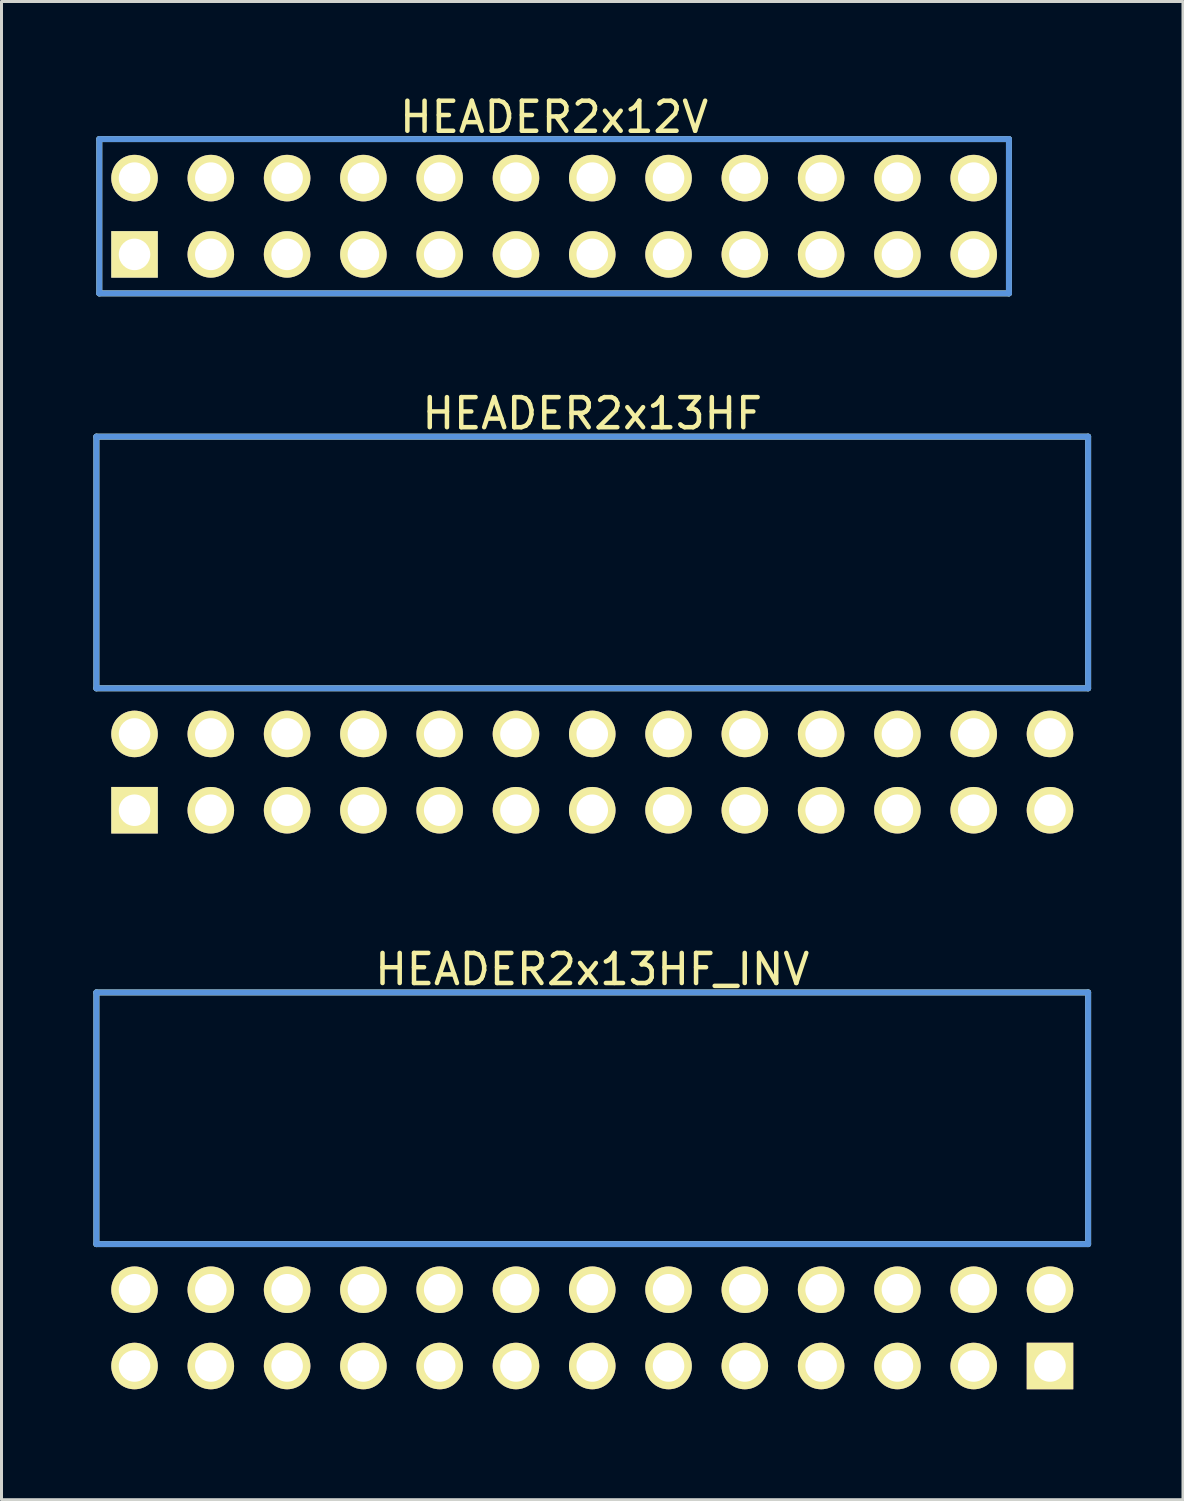
<source format=kicad_pcb>
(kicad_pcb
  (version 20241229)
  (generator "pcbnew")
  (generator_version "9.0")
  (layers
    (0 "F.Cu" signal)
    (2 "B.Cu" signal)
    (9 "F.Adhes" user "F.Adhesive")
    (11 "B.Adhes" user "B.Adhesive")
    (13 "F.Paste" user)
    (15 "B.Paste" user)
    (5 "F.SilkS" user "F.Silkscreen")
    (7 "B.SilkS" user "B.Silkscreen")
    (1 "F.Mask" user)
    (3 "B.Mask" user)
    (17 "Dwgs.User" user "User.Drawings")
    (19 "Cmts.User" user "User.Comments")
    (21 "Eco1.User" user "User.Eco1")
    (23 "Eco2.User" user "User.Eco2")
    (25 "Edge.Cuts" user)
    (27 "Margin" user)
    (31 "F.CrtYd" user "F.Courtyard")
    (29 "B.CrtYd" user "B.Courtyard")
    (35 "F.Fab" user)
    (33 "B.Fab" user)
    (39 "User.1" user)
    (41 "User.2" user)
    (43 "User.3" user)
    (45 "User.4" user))
  (footprint "HEADER2x13HF"
    (layer "F.Cu")
    (at 1.429 23.926)
    (property "Reference" "HEADER2x13HF" (at 15.24 -13.208 0) (layer "F.SilkS") (effects (font (size 1.001 1.001) (thickness 0.15))))
    (attr through_hole)
    (fp_line (start -1.27 -12.438) (end -1.27 -4.059) (stroke (width 0.198) (type solid)) (layer "F.SilkS"))
    (fp_line (start -1.27 -4.059) (end 31.75 -4.059) (stroke (width 0.198) (type solid)) (layer "F.SilkS"))
    (fp_line (start 31.75 -12.438) (end -1.27 -12.438) (stroke (width 0.198) (type solid)) (layer "F.SilkS"))
    (fp_line (start 31.75 -4.059) (end 31.75 -12.438) (stroke (width 0.198) (type solid)) (layer "F.SilkS"))
    (fp_line (start -1.27 -12.438) (end -1.27 -4.059) (stroke (width 0.198) (type solid)) (layer "Cmts.User"))
    (fp_line (start -1.27 -4.059) (end 31.75 -4.059) (stroke (width 0.198) (type solid)) (layer "Cmts.User"))
    (fp_line (start 31.75 -12.438) (end -1.27 -12.438) (stroke (width 0.198) (type solid)) (layer "Cmts.User"))
    (fp_line (start 31.75 -4.059) (end 31.75 -12.438) (stroke (width 0.198) (type solid)) (layer "Cmts.User"))
    (fp_line (start -1.379 -12.54) (end 31.859 -12.54) (stroke (width 0.099) (type solid)) (layer "Eco1.User"))
    (fp_line (start -1.379 1.4) (end -1.379 -12.54) (stroke (width 0.099) (type solid)) (layer "Eco1.User"))
    (fp_line (start 31.859 -12.54) (end 31.859 1.4) (stroke (width 0.099) (type solid)) (layer "Eco1.User"))
    (fp_line (start 31.859 1.4) (end -1.379 1.4) (stroke (width 0.099) (type solid)) (layer "Eco1.User"))
    (pad "1" thru_hole rect (at 0 0) (size 1.549 1.549) (drill 1.049) (layers "*.Cu" "*.Mask" "F.SilkS"))
    (pad "2" thru_hole circle (at 0 -2.54) (size 1.549 1.549) (drill 1.049) (layers "*.Cu" "*.Mask" "F.SilkS"))
    (pad "3" thru_hole circle (at 2.54 0) (size 1.549 1.549) (drill 1.049) (layers "*.Cu" "*.Mask" "F.SilkS"))
    (pad "4" thru_hole circle (at 2.54 -2.54) (size 1.549 1.549) (drill 1.049) (layers "*.Cu" "*.Mask" "F.SilkS"))
    (pad "5" thru_hole circle (at 5.08 0) (size 1.549 1.549) (drill 1.049) (layers "*.Cu" "*.Mask" "F.SilkS"))
    (pad "6" thru_hole circle (at 5.08 -2.54) (size 1.549 1.549) (drill 1.049) (layers "*.Cu" "*.Mask" "F.SilkS"))
    (pad "7" thru_hole circle (at 7.62 0) (size 1.549 1.549) (drill 1.049) (layers "*.Cu" "*.Mask" "F.SilkS"))
    (pad "8" thru_hole circle (at 7.62 -2.54) (size 1.549 1.549) (drill 1.049) (layers "*.Cu" "*.Mask" "F.SilkS"))
    (pad "9" thru_hole circle (at 10.16 0) (size 1.549 1.549) (drill 1.049) (layers "*.Cu" "*.Mask" "F.SilkS"))
    (pad "10" thru_hole circle (at 10.16 -2.54) (size 1.549 1.549) (drill 1.049) (layers "*.Cu" "*.Mask" "F.SilkS"))
    (pad "11" thru_hole circle (at 12.7 0) (size 1.549 1.549) (drill 1.049) (layers "*.Cu" "*.Mask" "F.SilkS"))
    (pad "12" thru_hole circle (at 12.7 -2.54) (size 1.549 1.549) (drill 1.049) (layers "*.Cu" "*.Mask" "F.SilkS"))
    (pad "13" thru_hole circle (at 15.24 0) (size 1.549 1.549) (drill 1.049) (layers "*.Cu" "*.Mask" "F.SilkS"))
    (pad "14" thru_hole circle (at 15.24 -2.54) (size 1.549 1.549) (drill 1.049) (layers "*.Cu" "*.Mask" "F.SilkS"))
    (pad "15" thru_hole circle (at 17.78 0) (size 1.549 1.549) (drill 1.049) (layers "*.Cu" "*.Mask" "F.SilkS"))
    (pad "16" thru_hole circle (at 17.78 -2.54) (size 1.549 1.549) (drill 1.049) (layers "*.Cu" "*.Mask" "F.SilkS"))
    (pad "17" thru_hole circle (at 20.32 0) (size 1.549 1.549) (drill 1.049) (layers "*.Cu" "*.Mask" "F.SilkS"))
    (pad "18" thru_hole circle (at 20.32 -2.54) (size 1.549 1.549) (drill 1.049) (layers "*.Cu" "*.Mask" "F.SilkS"))
    (pad "19" thru_hole circle (at 22.86 0) (size 1.549 1.549) (drill 1.049) (layers "*.Cu" "*.Mask" "F.SilkS"))
    (pad "20" thru_hole circle (at 22.86 -2.54) (size 1.549 1.549) (drill 1.049) (layers "*.Cu" "*.Mask" "F.SilkS"))
    (pad "21" thru_hole circle (at 25.4 0) (size 1.549 1.549) (drill 1.049) (layers "*.Cu" "*.Mask" "F.SilkS"))
    (pad "22" thru_hole circle (at 25.4 -2.54) (size 1.549 1.549) (drill 1.049) (layers "*.Cu" "*.Mask" "F.SilkS"))
    (pad "23" thru_hole circle (at 27.94 0) (size 1.549 1.549) (drill 1.049) (layers "*.Cu" "*.Mask" "F.SilkS"))
    (pad "24" thru_hole circle (at 27.94 -2.54) (size 1.549 1.549) (drill 1.049) (layers "*.Cu" "*.Mask" "F.SilkS"))
    (pad "25" thru_hole circle (at 30.48 0) (size 1.549 1.549) (drill 1.049) (layers "*.Cu" "*.Mask" "F.SilkS"))
    (pad "26" thru_hole circle (at 30.48 -2.54) (size 1.549 1.549) (drill 1.049) (layers "*.Cu" "*.Mask" "F.SilkS")))
  (footprint "HEADER2x12V"
    (layer "F.Cu")
    (at 1.429 5.42)
    (property "Reference" "HEADER2x12V" (at 13.97 -4.572 0) (layer "F.SilkS") (effects (font (size 1.001 1.001) (thickness 0.15))))
    (attr through_hole)
    (fp_line (start -1.173 -3.838) (end -1.173 1.298) (stroke (width 0.198) (type solid)) (layer "F.SilkS"))
    (fp_line (start -1.173 1.298) (end 29.113 1.298) (stroke (width 0.198) (type solid)) (layer "F.SilkS"))
    (fp_line (start 29.113 -3.838) (end -1.173 -3.838) (stroke (width 0.198) (type solid)) (layer "F.SilkS"))
    (fp_line (start 29.113 1.298) (end 29.113 -3.838) (stroke (width 0.198) (type solid)) (layer "F.SilkS"))
    (fp_line (start -1.173 -3.838) (end -1.173 1.298) (stroke (width 0.198) (type solid)) (layer "Cmts.User"))
    (fp_line (start -1.173 1.298) (end 29.113 1.298) (stroke (width 0.198) (type solid)) (layer "Cmts.User"))
    (fp_line (start 29.113 -3.838) (end -1.173 -3.838) (stroke (width 0.198) (type solid)) (layer "Cmts.User"))
    (fp_line (start 29.113 1.298) (end 29.113 -3.838) (stroke (width 0.198) (type solid)) (layer "Cmts.User"))
    (fp_line (start -1.379 -3.94) (end -1.379 1.4) (stroke (width 0.099) (type solid)) (layer "Eco1.User"))
    (fp_line (start -1.379 1.4) (end 29.319 1.4) (stroke (width 0.099) (type solid)) (layer "Eco1.User"))
    (fp_line (start 29.319 -3.94) (end -1.379 -3.94) (stroke (width 0.099) (type solid)) (layer "Eco1.User"))
    (fp_line (start 29.319 1.4) (end 29.319 -3.94) (stroke (width 0.099) (type solid)) (layer "Eco1.User"))
    (pad "1" thru_hole rect (at 0 0) (size 1.549 1.549) (drill 1.049) (layers "*.Cu" "*.Mask" "F.SilkS"))
    (pad "2" thru_hole circle (at 0 -2.54) (size 1.549 1.549) (drill 1.049) (layers "*.Cu" "*.Mask" "F.SilkS"))
    (pad "3" thru_hole circle (at 2.54 0) (size 1.549 1.549) (drill 1.049) (layers "*.Cu" "*.Mask" "F.SilkS"))
    (pad "4" thru_hole circle (at 2.54 -2.54) (size 1.549 1.549) (drill 1.049) (layers "*.Cu" "*.Mask" "F.SilkS"))
    (pad "5" thru_hole circle (at 5.08 0) (size 1.549 1.549) (drill 1.049) (layers "*.Cu" "*.Mask" "F.SilkS"))
    (pad "6" thru_hole circle (at 5.08 -2.54) (size 1.549 1.549) (drill 1.049) (layers "*.Cu" "*.Mask" "F.SilkS"))
    (pad "7" thru_hole circle (at 7.62 0) (size 1.549 1.549) (drill 1.049) (layers "*.Cu" "*.Mask" "F.SilkS"))
    (pad "8" thru_hole circle (at 7.62 -2.54) (size 1.549 1.549) (drill 1.049) (layers "*.Cu" "*.Mask" "F.SilkS"))
    (pad "9" thru_hole circle (at 10.16 0) (size 1.549 1.549) (drill 1.049) (layers "*.Cu" "*.Mask" "F.SilkS"))
    (pad "10" thru_hole circle (at 10.16 -2.54) (size 1.549 1.549) (drill 1.049) (layers "*.Cu" "*.Mask" "F.SilkS"))
    (pad "11" thru_hole circle (at 12.7 0) (size 1.549 1.549) (drill 1.049) (layers "*.Cu" "*.Mask" "F.SilkS"))
    (pad "12" thru_hole circle (at 12.7 -2.54) (size 1.549 1.549) (drill 1.049) (layers "*.Cu" "*.Mask" "F.SilkS"))
    (pad "13" thru_hole circle (at 15.24 0) (size 1.549 1.549) (drill 1.049) (layers "*.Cu" "*.Mask" "F.SilkS"))
    (pad "14" thru_hole circle (at 15.24 -2.54) (size 1.549 1.549) (drill 1.049) (layers "*.Cu" "*.Mask" "F.SilkS"))
    (pad "15" thru_hole circle (at 17.78 0) (size 1.549 1.549) (drill 1.049) (layers "*.Cu" "*.Mask" "F.SilkS"))
    (pad "16" thru_hole circle (at 17.78 -2.54) (size 1.549 1.549) (drill 1.049) (layers "*.Cu" "*.Mask" "F.SilkS"))
    (pad "17" thru_hole circle (at 20.32 0) (size 1.549 1.549) (drill 1.049) (layers "*.Cu" "*.Mask" "F.SilkS"))
    (pad "18" thru_hole circle (at 20.32 -2.54) (size 1.549 1.549) (drill 1.049) (layers "*.Cu" "*.Mask" "F.SilkS"))
    (pad "19" thru_hole circle (at 22.86 0) (size 1.549 1.549) (drill 1.049) (layers "*.Cu" "*.Mask" "F.SilkS"))
    (pad "20" thru_hole circle (at 22.86 -2.54) (size 1.549 1.549) (drill 1.049) (layers "*.Cu" "*.Mask" "F.SilkS"))
    (pad "21" thru_hole circle (at 25.4 0) (size 1.549 1.549) (drill 1.049) (layers "*.Cu" "*.Mask" "F.SilkS"))
    (pad "22" thru_hole circle (at 25.4 -2.54) (size 1.549 1.549) (drill 1.049) (layers "*.Cu" "*.Mask" "F.SilkS"))
    (pad "23" thru_hole circle (at 27.94 0) (size 1.549 1.549) (drill 1.049) (layers "*.Cu" "*.Mask" "F.SilkS"))
    (pad "24" thru_hole circle (at 27.94 -2.54) (size 1.549 1.549) (drill 1.049) (layers "*.Cu" "*.Mask" "F.SilkS")))
  (footprint "HEADER2x13HF_INV"
    (layer "F.Cu")
    (at 1.429 42.431)
    (property "Reference" "HEADER2x13HF_INV" (at 15.24 -13.208 0) (layer "F.SilkS") (effects (font (size 1.001 1.001) (thickness 0.15))))
    (attr through_hole)
    (fp_line (start -1.27 -12.438) (end -1.27 -4.059) (stroke (width 0.198) (type solid)) (layer "F.SilkS"))
    (fp_line (start -1.27 -4.059) (end 31.75 -4.059) (stroke (width 0.198) (type solid)) (layer "F.SilkS"))
    (fp_line (start 31.75 -12.438) (end -1.27 -12.438) (stroke (width 0.198) (type solid)) (layer "F.SilkS"))
    (fp_line (start 31.75 -4.059) (end 31.75 -12.438) (stroke (width 0.198) (type solid)) (layer "F.SilkS"))
    (fp_line (start -1.27 -12.438) (end -1.27 -4.059) (stroke (width 0.198) (type solid)) (layer "Cmts.User"))
    (fp_line (start -1.27 -4.059) (end 31.75 -4.059) (stroke (width 0.198) (type solid)) (layer "Cmts.User"))
    (fp_line (start 31.75 -12.438) (end -1.27 -12.438) (stroke (width 0.198) (type solid)) (layer "Cmts.User"))
    (fp_line (start 31.75 -4.059) (end 31.75 -12.438) (stroke (width 0.198) (type solid)) (layer "Cmts.User"))
    (fp_line (start -1.379 -12.54) (end 31.859 -12.54) (stroke (width 0.099) (type solid)) (layer "Eco1.User"))
    (fp_line (start -1.379 1.4) (end -1.379 -12.54) (stroke (width 0.099) (type solid)) (layer "Eco1.User"))
    (fp_line (start 31.859 -12.54) (end 31.859 1.4) (stroke (width 0.099) (type solid)) (layer "Eco1.User"))
    (fp_line (start 31.859 1.4) (end -1.379 1.4) (stroke (width 0.099) (type solid)) (layer "Eco1.User"))
    (pad "1" thru_hole rect (at 30.48 0) (size 1.549 1.549) (drill 1.049) (layers "*.Cu" "*.Mask" "F.SilkS"))
    (pad "2" thru_hole circle (at 30.48 -2.54) (size 1.549 1.549) (drill 1.049) (layers "*.Cu" "*.Mask" "F.SilkS"))
    (pad "3" thru_hole circle (at 27.94 0) (size 1.549 1.549) (drill 1.049) (layers "*.Cu" "*.Mask" "F.SilkS"))
    (pad "4" thru_hole circle (at 27.94 -2.54) (size 1.549 1.549) (drill 1.049) (layers "*.Cu" "*.Mask" "F.SilkS"))
    (pad "5" thru_hole circle (at 25.4 0) (size 1.549 1.549) (drill 1.049) (layers "*.Cu" "*.Mask" "F.SilkS"))
    (pad "6" thru_hole circle (at 25.4 -2.54) (size 1.549 1.549) (drill 1.049) (layers "*.Cu" "*.Mask" "F.SilkS"))
    (pad "7" thru_hole circle (at 22.86 0) (size 1.549 1.549) (drill 1.049) (layers "*.Cu" "*.Mask" "F.SilkS"))
    (pad "8" thru_hole circle (at 22.86 -2.54) (size 1.549 1.549) (drill 1.049) (layers "*.Cu" "*.Mask" "F.SilkS"))
    (pad "9" thru_hole circle (at 20.32 0) (size 1.549 1.549) (drill 1.049) (layers "*.Cu" "*.Mask" "F.SilkS"))
    (pad "10" thru_hole circle (at 20.32 -2.54) (size 1.549 1.549) (drill 1.049) (layers "*.Cu" "*.Mask" "F.SilkS"))
    (pad "11" thru_hole circle (at 17.78 0) (size 1.549 1.549) (drill 1.049) (layers "*.Cu" "*.Mask" "F.SilkS"))
    (pad "12" thru_hole circle (at 17.78 -2.54) (size 1.549 1.549) (drill 1.049) (layers "*.Cu" "*.Mask" "F.SilkS"))
    (pad "13" thru_hole circle (at 15.24 0) (size 1.549 1.549) (drill 1.049) (layers "*.Cu" "*.Mask" "F.SilkS"))
    (pad "14" thru_hole circle (at 15.24 -2.54) (size 1.549 1.549) (drill 1.049) (layers "*.Cu" "*.Mask" "F.SilkS"))
    (pad "15" thru_hole circle (at 12.7 0) (size 1.549 1.549) (drill 1.049) (layers "*.Cu" "*.Mask" "F.SilkS"))
    (pad "16" thru_hole circle (at 12.7 -2.54) (size 1.549 1.549) (drill 1.049) (layers "*.Cu" "*.Mask" "F.SilkS"))
    (pad "17" thru_hole circle (at 10.16 0) (size 1.549 1.549) (drill 1.049) (layers "*.Cu" "*.Mask" "F.SilkS"))
    (pad "18" thru_hole circle (at 10.16 -2.54) (size 1.549 1.549) (drill 1.049) (layers "*.Cu" "*.Mask" "F.SilkS"))
    (pad "19" thru_hole circle (at 7.62 0) (size 1.549 1.549) (drill 1.049) (layers "*.Cu" "*.Mask" "F.SilkS"))
    (pad "20" thru_hole circle (at 7.62 -2.54) (size 1.549 1.549) (drill 1.049) (layers "*.Cu" "*.Mask" "F.SilkS"))
    (pad "21" thru_hole circle (at 5.08 0) (size 1.549 1.549) (drill 1.049) (layers "*.Cu" "*.Mask" "F.SilkS"))
    (pad "22" thru_hole circle (at 5.08 -2.54) (size 1.549 1.549) (drill 1.049) (layers "*.Cu" "*.Mask" "F.SilkS"))
    (pad "23" thru_hole circle (at 2.54 0) (size 1.549 1.549) (drill 1.049) (layers "*.Cu" "*.Mask" "F.SilkS"))
    (pad "24" thru_hole circle (at 2.54 -2.54) (size 1.549 1.549) (drill 1.049) (layers "*.Cu" "*.Mask" "F.SilkS"))
    (pad "25" thru_hole circle (at 0 0) (size 1.549 1.549) (drill 1.049) (layers "*.Cu" "*.Mask" "F.SilkS"))
    (pad "26" thru_hole circle (at 0 -2.54) (size 1.549 1.549) (drill 1.049) (layers "*.Cu" "*.Mask" "F.SilkS")))
  (gr_rect
    (start -3 -3)
    (end 36.337 46.881)
    (stroke (width 0.1) (type default))
    (fill no)
    (layer "Edge.Cuts")))
</source>
